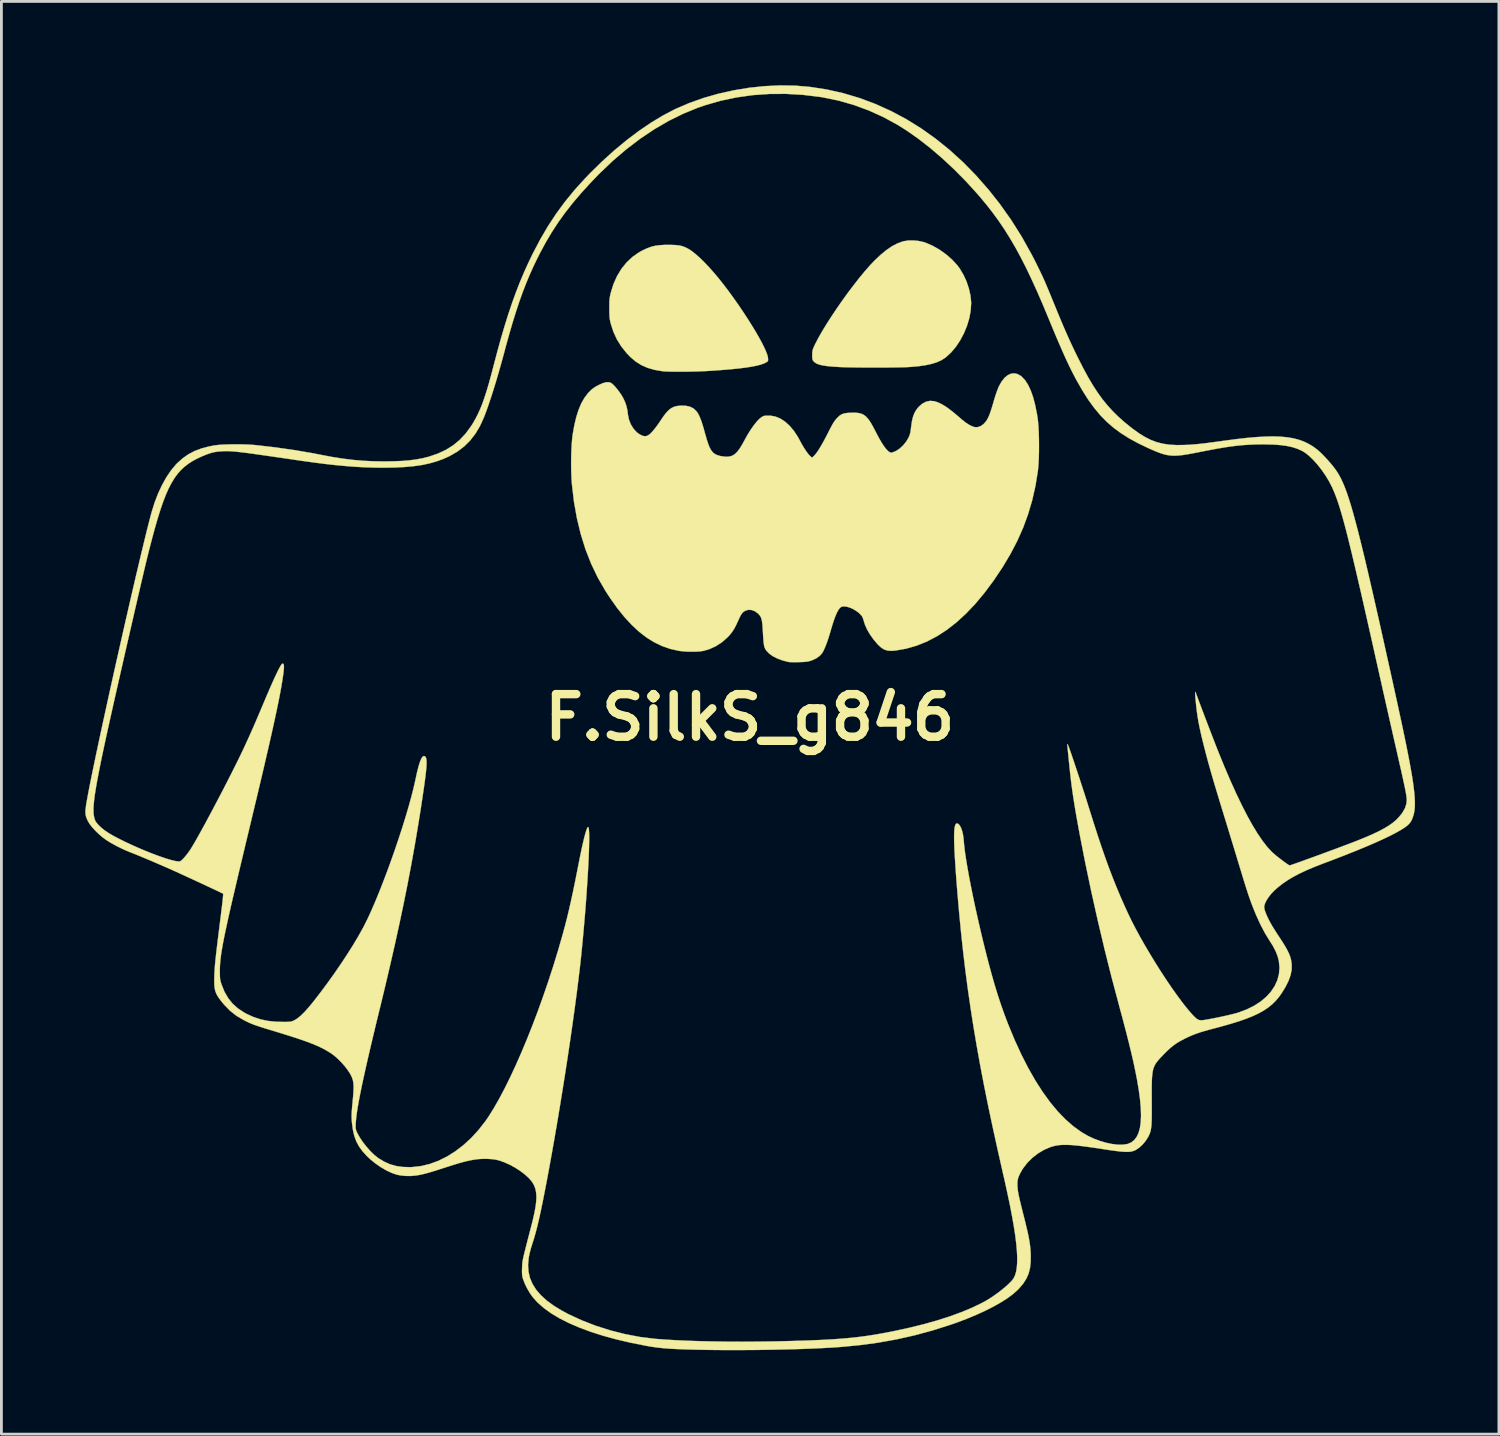
<source format=kicad_pcb>
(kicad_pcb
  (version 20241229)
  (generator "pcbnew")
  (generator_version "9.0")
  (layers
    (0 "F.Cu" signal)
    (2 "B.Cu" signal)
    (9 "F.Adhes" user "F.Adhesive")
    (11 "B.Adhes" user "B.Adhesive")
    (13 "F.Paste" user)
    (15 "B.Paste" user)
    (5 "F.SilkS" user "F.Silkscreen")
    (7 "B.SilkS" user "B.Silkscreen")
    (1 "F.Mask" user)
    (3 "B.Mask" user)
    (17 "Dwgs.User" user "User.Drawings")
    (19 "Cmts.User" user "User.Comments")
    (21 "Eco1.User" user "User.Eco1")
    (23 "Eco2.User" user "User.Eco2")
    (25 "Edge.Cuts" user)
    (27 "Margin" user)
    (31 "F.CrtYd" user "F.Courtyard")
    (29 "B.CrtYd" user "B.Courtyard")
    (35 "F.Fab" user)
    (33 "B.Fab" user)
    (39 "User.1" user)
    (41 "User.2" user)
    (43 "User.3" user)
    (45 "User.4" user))
  (footprint "F.SilkS_g846"
    (layer "F.Cu")
    (at 23.765 22.608)
    (property "Reference" "F.SilkS_g846" (at 0 0 0) (layer "F.SilkS") (effects (font (size 1.524 1.524) (thickness 0.3))))
    (attr through_hole)
    (fp_poly (pts (xy 6.041 -17.04) (xy 6.221 -17) (xy 6.289 -16.977) (xy 6.544 -16.866) (xy 6.793 -16.723) (xy 7.027 -16.555) (xy 7.24 -16.368) (xy 7.423 -16.168) (xy 7.515 -16.043) (xy 7.644 -15.825) (xy 7.753 -15.586) (xy 7.836 -15.336) (xy 7.892 -15.088) (xy 7.916 -14.849) (xy 7.916 -14.803) (xy 7.899 -14.541) (xy 7.848 -14.272) (xy 7.767 -14.003) (xy 7.659 -13.741) (xy 7.527 -13.492) (xy 7.375 -13.262) (xy 7.205 -13.059) (xy 7.021 -12.889) (xy 6.979 -12.857) (xy 6.847 -12.773) (xy 6.69 -12.703) (xy 6.506 -12.645) (xy 6.291 -12.598) (xy 6.042 -12.562) (xy 5.756 -12.536) (xy 5.692 -12.532) (xy 5.582 -12.526) (xy 5.436 -12.522) (xy 5.259 -12.519) (xy 5.059 -12.516) (xy 4.841 -12.514) (xy 4.612 -12.513) (xy 4.377 -12.513) (xy 4.143 -12.514) (xy 3.916 -12.516) (xy 3.702 -12.519) (xy 3.507 -12.522) (xy 3.338 -12.527) (xy 3.2 -12.532) (xy 3.189 -12.533) (xy 2.961 -12.547) (xy 2.772 -12.565) (xy 2.617 -12.588) (xy 2.494 -12.616) (xy 2.399 -12.651) (xy 2.328 -12.694) (xy 2.296 -12.722) (xy 2.265 -12.757) (xy 2.246 -12.791) (xy 2.237 -12.836) (xy 2.233 -12.904) (xy 2.233 -12.961) (xy 2.234 -13.04) (xy 2.24 -13.102) (xy 2.254 -13.159) (xy 2.278 -13.224) (xy 2.318 -13.31) (xy 2.335 -13.346) (xy 2.447 -13.563) (xy 2.585 -13.805) (xy 2.744 -14.067) (xy 2.92 -14.341) (xy 3.109 -14.624) (xy 3.307 -14.909) (xy 3.51 -15.19) (xy 3.715 -15.461) (xy 3.916 -15.718) (xy 4.111 -15.954) (xy 4.294 -16.163) (xy 4.455 -16.333) (xy 4.675 -16.542) (xy 4.883 -16.713) (xy 5.081 -16.849) (xy 5.273 -16.95) (xy 5.46 -17.019) (xy 5.503 -17.031) (xy 5.667 -17.057) (xy 5.852 -17.059) (xy 6.041 -17.04)) (stroke (width 0.01) (type solid)) (fill yes) (layer "F.SilkS"))
    (fp_poly (pts (xy -2.764 -16.899) (xy -2.63 -16.892) (xy -2.519 -16.879) (xy -2.423 -16.857) (xy -2.332 -16.824) (xy -2.238 -16.78) (xy -2.221 -16.771) (xy -2.098 -16.696) (xy -1.957 -16.587) (xy -1.8 -16.448) (xy -1.63 -16.283) (xy -1.451 -16.094) (xy -1.265 -15.884) (xy -1.077 -15.657) (xy -0.939 -15.483) (xy -0.758 -15.245) (xy -0.58 -15) (xy -0.406 -14.753) (xy -0.239 -14.506) (xy -0.08 -14.264) (xy 0.068 -14.029) (xy 0.205 -13.804) (xy 0.326 -13.594) (xy 0.432 -13.4) (xy 0.519 -13.226) (xy 0.585 -13.076) (xy 0.63 -12.953) (xy 0.65 -12.862) (xy 0.655 -12.795) (xy 0.651 -12.755) (xy 0.631 -12.728) (xy 0.591 -12.701) (xy 0.59 -12.701) (xy 0.504 -12.658) (xy 0.39 -12.618) (xy 0.246 -12.581) (xy 0.071 -12.546) (xy -0.137 -12.513) (xy -0.381 -12.483) (xy -0.66 -12.454) (xy -0.979 -12.427) (xy -1.337 -12.401) (xy -1.46 -12.393) (xy -1.63 -12.384) (xy -1.818 -12.376) (xy -2.017 -12.371) (xy -2.219 -12.367) (xy -2.419 -12.365) (xy -2.61 -12.365) (xy -2.784 -12.367) (xy -2.936 -12.371) (xy -3.057 -12.377) (xy -3.133 -12.384) (xy -3.41 -12.432) (xy -3.656 -12.503) (xy -3.877 -12.601) (xy -4.079 -12.727) (xy -4.267 -12.886) (xy -4.4 -13.024) (xy -4.596 -13.269) (xy -4.753 -13.521) (xy -4.877 -13.79) (xy -4.969 -14.074) (xy -4.99 -14.158) (xy -5.005 -14.233) (xy -5.015 -14.31) (xy -5.021 -14.399) (xy -5.023 -14.511) (xy -5.024 -14.626) (xy -5.024 -14.765) (xy -5.021 -14.872) (xy -5.015 -14.96) (xy -5.004 -15.038) (xy -4.988 -15.118) (xy -4.969 -15.198) (xy -4.873 -15.504) (xy -4.746 -15.787) (xy -4.59 -16.044) (xy -4.406 -16.272) (xy -4.197 -16.469) (xy -3.963 -16.633) (xy -3.821 -16.711) (xy -3.667 -16.781) (xy -3.525 -16.833) (xy -3.384 -16.868) (xy -3.231 -16.889) (xy -3.055 -16.9) (xy -2.932 -16.901) (xy -2.764 -16.899)) (stroke (width 0.01) (type solid)) (fill yes) (layer "F.SilkS"))
    (fp_poly (pts (xy 9.576 -12.281) (xy 9.693 -12.214) (xy 9.73 -12.184) (xy 9.846 -12.059) (xy 9.952 -11.897) (xy 10.046 -11.697) (xy 10.13 -11.458) (xy 10.204 -11.181) (xy 10.268 -10.863) (xy 10.291 -10.725) (xy 10.309 -10.578) (xy 10.324 -10.396) (xy 10.334 -10.189) (xy 10.341 -9.966) (xy 10.343 -9.735) (xy 10.342 -9.505) (xy 10.336 -9.283) (xy 10.326 -9.079) (xy 10.312 -8.901) (xy 10.301 -8.805) (xy 10.215 -8.277) (xy 10.1 -7.768) (xy 9.955 -7.276) (xy 9.779 -6.794) (xy 9.568 -6.319) (xy 9.322 -5.847) (xy 9.039 -5.372) (xy 8.717 -4.892) (xy 8.393 -4.457) (xy 8.065 -4.063) (xy 7.731 -3.712) (xy 7.391 -3.401) (xy 7.046 -3.132) (xy 6.694 -2.904) (xy 6.336 -2.716) (xy 5.971 -2.569) (xy 5.598 -2.461) (xy 5.218 -2.394) (xy 5.212 -2.393) (xy 5.054 -2.381) (xy 4.923 -2.392) (xy 4.81 -2.428) (xy 4.704 -2.494) (xy 4.595 -2.593) (xy 4.554 -2.637) (xy 4.415 -2.803) (xy 4.292 -2.979) (xy 4.19 -3.155) (xy 4.115 -3.325) (xy 4.077 -3.448) (xy 4.053 -3.528) (xy 4.023 -3.599) (xy 4.001 -3.635) (xy 3.914 -3.727) (xy 3.807 -3.809) (xy 3.689 -3.879) (xy 3.568 -3.932) (xy 3.452 -3.964) (xy 3.349 -3.972) (xy 3.28 -3.958) (xy 3.225 -3.919) (xy 3.17 -3.847) (xy 3.112 -3.74) (xy 3.051 -3.596) (xy 2.987 -3.414) (xy 2.918 -3.192) (xy 2.89 -3.094) (xy 2.825 -2.876) (xy 2.759 -2.681) (xy 2.695 -2.515) (xy 2.635 -2.383) (xy 2.586 -2.298) (xy 2.499 -2.201) (xy 2.378 -2.115) (xy 2.232 -2.046) (xy 2.183 -2.029) (xy 2.111 -2.009) (xy 2.033 -1.994) (xy 1.94 -1.985) (xy 1.821 -1.98) (xy 1.746 -1.978) (xy 1.634 -1.976) (xy 1.533 -1.977) (xy 1.453 -1.978) (xy 1.404 -1.981) (xy 1.397 -1.982) (xy 1.183 -2.035) (xy 0.991 -2.105) (xy 0.825 -2.19) (xy 0.689 -2.287) (xy 0.589 -2.393) (xy 0.55 -2.457) (xy 0.533 -2.494) (xy 0.519 -2.535) (xy 0.508 -2.587) (xy 0.498 -2.655) (xy 0.489 -2.744) (xy 0.481 -2.862) (xy 0.471 -3.013) (xy 0.466 -3.107) (xy 0.456 -3.268) (xy 0.443 -3.393) (xy 0.427 -3.49) (xy 0.403 -3.566) (xy 0.372 -3.627) (xy 0.33 -3.68) (xy 0.281 -3.728) (xy 0.171 -3.805) (xy 0.054 -3.845) (xy -0.062 -3.847) (xy -0.172 -3.811) (xy -0.229 -3.773) (xy -0.272 -3.731) (xy -0.314 -3.671) (xy -0.359 -3.586) (xy -0.407 -3.481) (xy -0.479 -3.324) (xy -0.544 -3.197) (xy -0.609 -3.091) (xy -0.679 -2.996) (xy -0.761 -2.902) (xy -0.794 -2.868) (xy -0.994 -2.69) (xy -1.218 -2.546) (xy -1.461 -2.437) (xy -1.651 -2.382) (xy -1.759 -2.365) (xy -1.896 -2.354) (xy -2.053 -2.351) (xy -2.216 -2.353) (xy -2.374 -2.363) (xy -2.515 -2.379) (xy -2.542 -2.383) (xy -2.842 -2.451) (xy -3.133 -2.552) (xy -3.415 -2.687) (xy -3.69 -2.857) (xy -3.959 -3.064) (xy -4.223 -3.309) (xy -4.484 -3.592) (xy -4.743 -3.914) (xy -5 -4.277) (xy -5.168 -4.536) (xy -5.437 -5.003) (xy -5.673 -5.495) (xy -5.876 -6.013) (xy -6.046 -6.557) (xy -6.184 -7.127) (xy -6.289 -7.723) (xy -6.362 -8.347) (xy -6.363 -8.361) (xy -6.378 -8.573) (xy -6.386 -8.806) (xy -6.39 -9.052) (xy -6.388 -9.301) (xy -6.381 -9.543) (xy -6.369 -9.771) (xy -6.352 -9.974) (xy -6.332 -10.132) (xy -6.273 -10.462) (xy -6.202 -10.755) (xy -6.12 -11.011) (xy -6.025 -11.234) (xy -5.915 -11.427) (xy -5.79 -11.592) (xy -5.752 -11.634) (xy -5.667 -11.718) (xy -5.586 -11.783) (xy -5.492 -11.842) (xy -5.405 -11.888) (xy -5.266 -11.951) (xy -5.151 -11.986) (xy -5.057 -11.992) (xy -4.978 -11.971) (xy -4.947 -11.954) (xy -4.889 -11.905) (xy -4.816 -11.829) (xy -4.737 -11.734) (xy -4.659 -11.631) (xy -4.589 -11.529) (xy -4.535 -11.436) (xy -4.533 -11.434) (xy -4.462 -11.281) (xy -4.412 -11.138) (xy -4.378 -10.985) (xy -4.361 -10.848) (xy -4.324 -10.659) (xy -4.256 -10.483) (xy -4.161 -10.328) (xy -4.044 -10.199) (xy -3.929 -10.117) (xy -3.828 -10.07) (xy -3.742 -10.056) (xy -3.662 -10.075) (xy -3.645 -10.084) (xy -3.574 -10.134) (xy -3.488 -10.22) (xy -3.391 -10.336) (xy -3.284 -10.479) (xy -3.19 -10.618) (xy -3.082 -10.778) (xy -2.984 -10.903) (xy -2.893 -10.997) (xy -2.802 -11.065) (xy -2.706 -11.111) (xy -2.599 -11.138) (xy -2.476 -11.15) (xy -2.474 -11.15) (xy -2.293 -11.147) (xy -2.141 -11.114) (xy -2.016 -11.052) (xy -1.913 -10.958) (xy -1.852 -10.871) (xy -1.807 -10.785) (xy -1.761 -10.676) (xy -1.713 -10.54) (xy -1.661 -10.372) (xy -1.604 -10.168) (xy -1.596 -10.142) (xy -1.54 -9.942) (xy -1.486 -9.779) (xy -1.434 -9.65) (xy -1.378 -9.55) (xy -1.316 -9.474) (xy -1.244 -9.418) (xy -1.159 -9.379) (xy -1.059 -9.351) (xy -0.977 -9.336) (xy -0.845 -9.323) (xy -0.73 -9.33) (xy -0.628 -9.36) (xy -0.535 -9.417) (xy -0.446 -9.503) (xy -0.357 -9.621) (xy -0.264 -9.775) (xy -0.202 -9.889) (xy -0.086 -10.099) (xy 0.03 -10.286) (xy 0.143 -10.448) (xy 0.25 -10.582) (xy 0.35 -10.685) (xy 0.441 -10.754) (xy 0.517 -10.786) (xy 0.58 -10.792) (xy 0.665 -10.793) (xy 0.748 -10.791) (xy 0.922 -10.759) (xy 1.094 -10.687) (xy 1.262 -10.578) (xy 1.422 -10.433) (xy 1.572 -10.256) (xy 1.709 -10.049) (xy 1.771 -9.938) (xy 1.856 -9.779) (xy 1.942 -9.635) (xy 2.023 -9.512) (xy 2.095 -9.416) (xy 2.152 -9.355) (xy 2.228 -9.289) (xy 2.3 -9.359) (xy 2.375 -9.445) (xy 2.462 -9.57) (xy 2.562 -9.735) (xy 2.675 -9.939) (xy 2.777 -10.135) (xy 2.851 -10.281) (xy 2.911 -10.395) (xy 2.959 -10.484) (xy 3 -10.552) (xy 3.038 -10.608) (xy 3.076 -10.656) (xy 3.117 -10.703) (xy 3.131 -10.717) (xy 3.205 -10.788) (xy 3.278 -10.837) (xy 3.363 -10.869) (xy 3.468 -10.888) (xy 3.604 -10.897) (xy 3.749 -10.899) (xy 3.871 -10.89) (xy 3.976 -10.867) (xy 4.067 -10.827) (xy 4.151 -10.766) (xy 4.23 -10.68) (xy 4.31 -10.566) (xy 4.395 -10.421) (xy 4.49 -10.24) (xy 4.514 -10.192) (xy 4.622 -9.988) (xy 4.723 -9.815) (xy 4.817 -9.675) (xy 4.901 -9.571) (xy 4.962 -9.514) (xy 5.013 -9.48) (xy 5.055 -9.469) (xy 5.108 -9.479) (xy 5.111 -9.48) (xy 5.237 -9.533) (xy 5.364 -9.619) (xy 5.485 -9.732) (xy 5.592 -9.863) (xy 5.674 -10) (xy 5.707 -10.074) (xy 5.731 -10.147) (xy 5.749 -10.233) (xy 5.764 -10.345) (xy 5.769 -10.387) (xy 5.797 -10.584) (xy 5.835 -10.746) (xy 5.887 -10.883) (xy 5.954 -11.001) (xy 6.038 -11.106) (xy 6.166 -11.219) (xy 6.301 -11.291) (xy 6.444 -11.322) (xy 6.593 -11.311) (xy 6.706 -11.276) (xy 6.809 -11.231) (xy 6.91 -11.177) (xy 7.016 -11.111) (xy 7.131 -11.029) (xy 7.261 -10.928) (xy 7.41 -10.804) (xy 7.567 -10.669) (xy 7.715 -10.549) (xy 7.855 -10.459) (xy 7.981 -10.4) (xy 8.05 -10.382) (xy 8.155 -10.383) (xy 8.261 -10.421) (xy 8.362 -10.494) (xy 8.452 -10.595) (xy 8.508 -10.687) (xy 8.544 -10.763) (xy 8.579 -10.848) (xy 8.615 -10.951) (xy 8.656 -11.078) (xy 8.703 -11.235) (xy 8.732 -11.336) (xy 8.771 -11.466) (xy 8.815 -11.599) (xy 8.86 -11.721) (xy 8.9 -11.82) (xy 8.915 -11.852) (xy 9.009 -12.018) (xy 9.112 -12.147) (xy 9.223 -12.239) (xy 9.338 -12.292) (xy 9.457 -12.307) (xy 9.576 -12.281)) (stroke (width 0.01) (type solid)) (fill yes) (layer "F.SilkS"))
    (fp_poly (pts (xy 1.624 -22.595) (xy 2.138 -22.552) (xy 2.742 -22.46) (xy 3.336 -22.327) (xy 3.92 -22.153) (xy 4.491 -21.94) (xy 5.051 -21.687) (xy 5.597 -21.396) (xy 6.129 -21.066) (xy 6.646 -20.698) (xy 7.148 -20.293) (xy 7.634 -19.851) (xy 8.102 -19.372) (xy 8.552 -18.858) (xy 8.943 -18.362) (xy 9.346 -17.794) (xy 9.723 -17.196) (xy 10.075 -16.565) (xy 10.191 -16.341) (xy 10.274 -16.174) (xy 10.347 -16.026) (xy 10.413 -15.889) (xy 10.475 -15.757) (xy 10.536 -15.622) (xy 10.598 -15.478) (xy 10.666 -15.318) (xy 10.742 -15.134) (xy 10.83 -14.92) (xy 10.862 -14.841) (xy 10.994 -14.518) (xy 11.114 -14.229) (xy 11.225 -13.967) (xy 11.331 -13.725) (xy 11.433 -13.497) (xy 11.535 -13.277) (xy 11.639 -13.058) (xy 11.737 -12.859) (xy 11.919 -12.501) (xy 12.093 -12.179) (xy 12.264 -11.889) (xy 12.434 -11.627) (xy 12.606 -11.387) (xy 12.785 -11.167) (xy 12.973 -10.96) (xy 13.173 -10.762) (xy 13.388 -10.57) (xy 13.437 -10.529) (xy 13.684 -10.331) (xy 13.913 -10.166) (xy 14.13 -10.031) (xy 14.342 -9.925) (xy 14.554 -9.845) (xy 14.773 -9.789) (xy 15.003 -9.755) (xy 15.253 -9.741) (xy 15.526 -9.743) (xy 15.535 -9.744) (xy 15.661 -9.749) (xy 15.783 -9.756) (xy 15.907 -9.766) (xy 16.037 -9.778) (xy 16.182 -9.793) (xy 16.345 -9.813) (xy 16.534 -9.838) (xy 16.754 -9.867) (xy 16.954 -9.895) (xy 17.377 -9.951) (xy 17.761 -9.995) (xy 18.111 -10.026) (xy 18.428 -10.044) (xy 18.715 -10.05) (xy 18.975 -10.042) (xy 19.212 -10.02) (xy 19.427 -9.985) (xy 19.623 -9.935) (xy 19.803 -9.872) (xy 19.97 -9.793) (xy 20.127 -9.7) (xy 20.276 -9.592) (xy 20.288 -9.582) (xy 20.392 -9.491) (xy 20.511 -9.375) (xy 20.635 -9.243) (xy 20.757 -9.106) (xy 20.868 -8.972) (xy 20.958 -8.851) (xy 20.958 -8.851) (xy 21.007 -8.778) (xy 21.056 -8.699) (xy 21.103 -8.615) (xy 21.151 -8.523) (xy 21.198 -8.423) (xy 21.246 -8.312) (xy 21.295 -8.19) (xy 21.345 -8.055) (xy 21.396 -7.905) (xy 21.45 -7.74) (xy 21.506 -7.558) (xy 21.564 -7.357) (xy 21.625 -7.136) (xy 21.69 -6.894) (xy 21.759 -6.63) (xy 21.831 -6.341) (xy 21.909 -6.027) (xy 21.991 -5.687) (xy 22.078 -5.318) (xy 22.171 -4.919) (xy 22.27 -4.49) (xy 22.375 -4.028) (xy 22.487 -3.533) (xy 22.606 -3.002) (xy 22.732 -2.435) (xy 22.866 -1.831) (xy 23.009 -1.186) (xy 23.093 -0.804) (xy 23.199 -0.318) (xy 23.296 0.13) (xy 23.383 0.54) (xy 23.461 0.916) (xy 23.529 1.257) (xy 23.589 1.567) (xy 23.64 1.848) (xy 23.684 2.101) (xy 23.719 2.328) (xy 23.746 2.531) (xy 23.766 2.713) (xy 23.779 2.874) (xy 23.785 3.018) (xy 23.785 3.145) (xy 23.779 3.258) (xy 23.766 3.359) (xy 23.748 3.449) (xy 23.734 3.499) (xy 23.69 3.63) (xy 23.639 3.73) (xy 23.572 3.814) (xy 23.482 3.893) (xy 23.437 3.926) (xy 23.295 4.018) (xy 23.113 4.121) (xy 22.893 4.235) (xy 22.635 4.358) (xy 22.341 4.491) (xy 22.011 4.632) (xy 21.647 4.782) (xy 21.249 4.94) (xy 20.819 5.106) (xy 20.542 5.21) (xy 20.217 5.336) (xy 19.928 5.457) (xy 19.673 5.576) (xy 19.444 5.696) (xy 19.24 5.818) (xy 19.053 5.946) (xy 18.881 6.082) (xy 18.759 6.19) (xy 18.657 6.295) (xy 18.564 6.412) (xy 18.485 6.531) (xy 18.43 6.641) (xy 18.412 6.694) (xy 18.398 6.759) (xy 18.398 6.814) (xy 18.413 6.882) (xy 18.423 6.915) (xy 18.483 7.073) (xy 18.571 7.257) (xy 18.689 7.468) (xy 18.838 7.706) (xy 18.916 7.824) (xy 19.04 8.013) (xy 19.14 8.175) (xy 19.219 8.315) (xy 19.28 8.438) (xy 19.324 8.55) (xy 19.354 8.657) (xy 19.373 8.763) (xy 19.381 8.846) (xy 19.378 9.026) (xy 19.34 9.216) (xy 19.268 9.418) (xy 19.159 9.636) (xy 19.019 9.864) (xy 18.914 10.01) (xy 18.8 10.143) (xy 18.674 10.266) (xy 18.533 10.379) (xy 18.374 10.485) (xy 18.194 10.585) (xy 17.989 10.681) (xy 17.756 10.774) (xy 17.493 10.866) (xy 17.195 10.958) (xy 16.861 11.053) (xy 16.637 11.113) (xy 16.429 11.168) (xy 16.254 11.217) (xy 16.106 11.262) (xy 15.976 11.306) (xy 15.857 11.351) (xy 15.742 11.4) (xy 15.624 11.455) (xy 15.568 11.482) (xy 15.412 11.563) (xy 15.279 11.641) (xy 15.159 11.724) (xy 15.041 11.82) (xy 14.917 11.935) (xy 14.784 12.069) (xy 14.696 12.161) (xy 14.621 12.243) (xy 14.558 12.32) (xy 14.507 12.394) (xy 14.466 12.472) (xy 14.434 12.557) (xy 14.411 12.653) (xy 14.394 12.766) (xy 14.383 12.9) (xy 14.377 13.058) (xy 14.374 13.246) (xy 14.374 13.468) (xy 14.375 13.703) (xy 14.376 13.944) (xy 14.376 14.146) (xy 14.375 14.315) (xy 14.371 14.456) (xy 14.365 14.571) (xy 14.355 14.667) (xy 14.342 14.747) (xy 14.326 14.816) (xy 14.305 14.878) (xy 14.279 14.938) (xy 14.248 15) (xy 14.241 15.012) (xy 14.156 15.146) (xy 14.05 15.272) (xy 13.932 15.381) (xy 13.814 15.462) (xy 13.796 15.472) (xy 13.734 15.499) (xy 13.668 15.519) (xy 13.594 15.532) (xy 13.506 15.537) (xy 13.4 15.535) (xy 13.271 15.525) (xy 13.116 15.507) (xy 12.929 15.482) (xy 12.706 15.449) (xy 12.663 15.442) (xy 12.363 15.396) (xy 12.1 15.359) (xy 11.872 15.329) (xy 11.673 15.307) (xy 11.5 15.292) (xy 11.349 15.285) (xy 11.217 15.285) (xy 11.099 15.291) (xy 10.991 15.305) (xy 10.89 15.326) (xy 10.791 15.353) (xy 10.747 15.367) (xy 10.526 15.461) (xy 10.31 15.59) (xy 10.107 15.747) (xy 9.927 15.926) (xy 9.777 16.119) (xy 9.737 16.184) (xy 9.665 16.311) (xy 9.616 16.417) (xy 9.586 16.512) (xy 9.572 16.609) (xy 9.571 16.721) (xy 9.574 16.782) (xy 9.578 16.838) (xy 9.584 16.894) (xy 9.592 16.954) (xy 9.603 17.021) (xy 9.619 17.101) (xy 9.641 17.198) (xy 9.668 17.316) (xy 9.703 17.459) (xy 9.746 17.632) (xy 9.798 17.84) (xy 9.829 17.96) (xy 9.887 18.197) (xy 9.935 18.4) (xy 9.972 18.576) (xy 10 18.733) (xy 10.021 18.876) (xy 10.036 19.014) (xy 10.045 19.153) (xy 10.048 19.219) (xy 10.046 19.469) (xy 10.022 19.689) (xy 9.972 19.886) (xy 9.893 20.067) (xy 9.783 20.24) (xy 9.639 20.412) (xy 9.572 20.481) (xy 9.413 20.623) (xy 9.215 20.769) (xy 8.982 20.917) (xy 8.717 21.067) (xy 8.424 21.216) (xy 8.105 21.362) (xy 7.765 21.504) (xy 7.406 21.64) (xy 7.181 21.718) (xy 6.534 21.923) (xy 5.893 22.097) (xy 5.248 22.242) (xy 4.592 22.359) (xy 3.916 22.45) (xy 3.302 22.509) (xy 3.007 22.531) (xy 2.675 22.55) (xy 2.311 22.567) (xy 1.921 22.583) (xy 1.508 22.596) (xy 1.079 22.606) (xy 0.639 22.615) (xy 0.192 22.621) (xy -0.255 22.624) (xy -0.699 22.625) (xy -1.133 22.623) (xy -1.553 22.618) (xy -1.953 22.61) (xy -2.189 22.604) (xy -2.456 22.595) (xy -2.688 22.585) (xy -2.892 22.573) (xy -3.076 22.559) (xy -3.246 22.541) (xy -3.411 22.52) (xy -3.577 22.495) (xy -3.732 22.467) (xy -4.267 22.361) (xy -4.773 22.242) (xy -5.247 22.112) (xy -5.688 21.971) (xy -6.096 21.82) (xy -6.469 21.659) (xy -6.806 21.488) (xy -7.106 21.309) (xy -7.367 21.121) (xy -7.589 20.925) (xy -7.761 20.734) (xy -7.863 20.589) (xy -7.961 20.424) (xy -8.044 20.253) (xy -8.107 20.092) (xy -8.118 20.057) (xy -8.135 19.987) (xy -8.144 19.914) (xy -8.147 19.825) (xy -8.145 19.709) (xy -8.144 19.676) (xy -8.141 19.622) (xy -8.139 19.575) (xy -8.136 19.53) (xy -8.131 19.485) (xy -8.124 19.435) (xy -8.113 19.378) (xy -8.098 19.308) (xy -8.078 19.222) (xy -8.053 19.117) (xy -8.02 18.989) (xy -7.981 18.834) (xy -7.933 18.648) (xy -7.876 18.428) (xy -7.823 18.224) (xy -7.754 17.951) (xy -7.701 17.712) (xy -7.663 17.505) (xy -7.64 17.325) (xy -7.631 17.168) (xy -7.637 17.029) (xy -7.656 16.906) (xy -7.69 16.793) (xy -7.727 16.707) (xy -7.803 16.587) (xy -7.914 16.463) (xy -8.053 16.337) (xy -8.215 16.215) (xy -8.392 16.101) (xy -8.578 15.999) (xy -8.768 15.913) (xy -8.953 15.847) (xy -9.065 15.819) (xy -9.154 15.804) (xy -9.268 15.793) (xy -9.387 15.786) (xy -9.451 15.785) (xy -9.584 15.787) (xy -9.716 15.796) (xy -9.85 15.813) (xy -9.994 15.839) (xy -10.152 15.874) (xy -10.33 15.921) (xy -10.532 15.981) (xy -10.765 16.054) (xy -10.933 16.108) (xy -11.142 16.176) (xy -11.317 16.231) (xy -11.465 16.275) (xy -11.592 16.31) (xy -11.704 16.338) (xy -11.807 16.36) (xy -11.907 16.377) (xy -11.957 16.384) (xy -12.133 16.399) (xy -12.321 16.396) (xy -12.502 16.377) (xy -12.626 16.351) (xy -12.808 16.289) (xy -13.004 16.196) (xy -13.205 16.078) (xy -13.401 15.941) (xy -13.585 15.79) (xy -13.695 15.686) (xy -13.852 15.512) (xy -13.977 15.339) (xy -14.074 15.158) (xy -14.146 14.96) (xy -14.196 14.739) (xy -14.229 14.489) (xy -14.236 14.4) (xy -14.24 14.319) (xy -14.241 14.237) (xy -14.238 14.147) (xy -14.231 14.04) (xy -14.22 13.907) (xy -14.204 13.741) (xy -14.204 13.74) (xy -14.186 13.546) (xy -14.175 13.389) (xy -14.169 13.261) (xy -14.17 13.155) (xy -14.178 13.067) (xy -14.192 12.989) (xy -14.213 12.916) (xy -14.226 12.879) (xy -14.285 12.756) (xy -14.374 12.618) (xy -14.484 12.474) (xy -14.61 12.331) (xy -14.745 12.197) (xy -14.881 12.08) (xy -14.974 12.013) (xy -15.089 11.941) (xy -15.208 11.872) (xy -15.337 11.806) (xy -15.479 11.74) (xy -15.638 11.674) (xy -15.817 11.605) (xy -16.02 11.533) (xy -16.252 11.455) (xy -16.515 11.371) (xy -16.813 11.278) (xy -16.976 11.229) (xy -17.184 11.166) (xy -17.358 11.113) (xy -17.502 11.067) (xy -17.622 11.027) (xy -17.723 10.992) (xy -17.811 10.958) (xy -17.891 10.924) (xy -17.969 10.888) (xy -18.05 10.848) (xy -18.101 10.821) (xy -18.361 10.668) (xy -18.591 10.487) (xy -18.799 10.272) (xy -18.826 10.241) (xy -18.93 10.112) (xy -19.01 10.002) (xy -19.069 9.901) (xy -19.111 9.8) (xy -19.137 9.691) (xy -19.15 9.567) (xy -19.153 9.417) (xy -19.149 9.234) (xy -19.149 9.229) (xy -19.145 9.141) (xy -19.141 9.051) (xy -19.134 8.955) (xy -19.126 8.849) (xy -19.115 8.731) (xy -19.101 8.596) (xy -19.084 8.441) (xy -19.063 8.264) (xy -19.039 8.06) (xy -19.01 7.826) (xy -18.977 7.559) (xy -18.939 7.255) (xy -18.914 7.059) (xy -18.893 6.887) (xy -18.874 6.728) (xy -18.858 6.587) (xy -18.846 6.47) (xy -18.837 6.381) (xy -18.834 6.324) (xy -18.835 6.305) (xy -18.857 6.293) (xy -18.914 6.265) (xy -19.001 6.223) (xy -19.113 6.17) (xy -19.246 6.107) (xy -19.396 6.037) (xy -19.558 5.961) (xy -19.728 5.882) (xy -19.901 5.802) (xy -20.073 5.723) (xy -20.24 5.646) (xy -20.397 5.574) (xy -20.541 5.508) (xy -20.563 5.498) (xy -20.757 5.411) (xy -20.968 5.319) (xy -21.187 5.224) (xy -21.407 5.129) (xy -21.621 5.039) (xy -21.821 4.956) (xy -21.999 4.883) (xy -22.147 4.825) (xy -22.168 4.817) (xy -22.391 4.723) (xy -22.623 4.61) (xy -22.844 4.489) (xy -23.003 4.391) (xy -23.14 4.291) (xy -23.278 4.174) (xy -23.408 4.048) (xy -23.523 3.921) (xy -23.615 3.801) (xy -23.669 3.711) (xy -23.711 3.62) (xy -23.74 3.538) (xy -23.756 3.456) (xy -23.76 3.366) (xy -23.756 3.314) (xy -23.473 3.314) (xy -23.471 3.396) (xy -23.465 3.469) (xy -23.455 3.534) (xy -23.442 3.593) (xy -23.438 3.608) (xy -23.417 3.673) (xy -23.39 3.728) (xy -23.349 3.783) (xy -23.288 3.85) (xy -23.253 3.885) (xy -23.163 3.967) (xy -23.059 4.048) (xy -22.936 4.131) (xy -22.789 4.218) (xy -22.613 4.312) (xy -22.403 4.417) (xy -22.347 4.445) (xy -22.119 4.552) (xy -21.889 4.655) (xy -21.662 4.752) (xy -21.441 4.841) (xy -21.231 4.922) (xy -21.034 4.992) (xy -20.855 5.052) (xy -20.697 5.098) (xy -20.564 5.131) (xy -20.461 5.148) (xy -20.391 5.148) (xy -20.374 5.144) (xy -20.326 5.113) (xy -20.262 5.051) (xy -20.185 4.964) (xy -20.102 4.859) (xy -20.031 4.76) (xy -19.975 4.674) (xy -19.903 4.554) (xy -19.815 4.404) (xy -19.715 4.226) (xy -19.604 4.025) (xy -19.483 3.805) (xy -19.356 3.568) (xy -19.223 3.32) (xy -19.087 3.062) (xy -18.949 2.799) (xy -18.812 2.536) (xy -18.678 2.274) (xy -18.547 2.018) (xy -18.424 1.772) (xy -18.308 1.54) (xy -18.203 1.324) (xy -18.11 1.129) (xy -18.097 1.101) (xy -18.011 0.915) (xy -17.929 0.736) (xy -17.849 0.558) (xy -17.767 0.373) (xy -17.681 0.175) (xy -17.587 -0.045) (xy -17.482 -0.292) (xy -17.41 -0.462) (xy -17.278 -0.775) (xy -17.16 -1.049) (xy -17.056 -1.284) (xy -16.966 -1.482) (xy -16.889 -1.642) (xy -16.826 -1.766) (xy -16.776 -1.855) (xy -16.738 -1.908) (xy -16.713 -1.926) (xy -16.712 -1.926) (xy -16.686 -1.919) (xy -16.669 -1.893) (xy -16.661 -1.845) (xy -16.661 -1.77) (xy -16.67 -1.665) (xy -16.688 -1.524) (xy -16.702 -1.429) (xy -16.725 -1.277) (xy -16.753 -1.11) (xy -16.786 -0.927) (xy -16.824 -0.725) (xy -16.869 -0.503) (xy -16.919 -0.26) (xy -16.976 0.007) (xy -17.04 0.299) (xy -17.111 0.619) (xy -17.19 0.966) (xy -17.277 1.345) (xy -17.372 1.755) (xy -17.476 2.199) (xy -17.59 2.679) (xy -17.713 3.195) (xy -17.846 3.751) (xy -17.875 3.873) (xy -18 4.392) (xy -18.114 4.872) (xy -18.22 5.314) (xy -18.316 5.72) (xy -18.403 6.093) (xy -18.483 6.434) (xy -18.555 6.744) (xy -18.619 7.027) (xy -18.676 7.283) (xy -18.726 7.515) (xy -18.771 7.725) (xy -18.809 7.913) (xy -18.842 8.083) (xy -18.869 8.235) (xy -18.892 8.373) (xy -18.911 8.497) (xy -18.925 8.609) (xy -18.936 8.712) (xy -18.944 8.807) (xy -18.949 8.896) (xy -18.952 8.981) (xy -18.952 9.038) (xy -18.952 9.167) (xy -18.95 9.263) (xy -18.945 9.338) (xy -18.935 9.401) (xy -18.92 9.463) (xy -18.898 9.533) (xy -18.893 9.546) (xy -18.789 9.806) (xy -18.657 10.035) (xy -18.498 10.234) (xy -18.307 10.406) (xy -18.082 10.554) (xy -17.995 10.602) (xy -17.747 10.714) (xy -17.498 10.797) (xy -17.238 10.852) (xy -16.958 10.881) (xy -16.743 10.888) (xy -16.617 10.889) (xy -16.525 10.887) (xy -16.457 10.883) (xy -16.406 10.876) (xy -16.362 10.863) (xy -16.317 10.844) (xy -16.291 10.832) (xy -16.183 10.767) (xy -16.059 10.666) (xy -15.919 10.528) (xy -15.763 10.352) (xy -15.622 10.181) (xy -15.366 9.851) (xy -15.112 9.51) (xy -14.863 9.163) (xy -14.624 8.815) (xy -14.398 8.473) (xy -14.19 8.143) (xy -14.002 7.829) (xy -13.84 7.538) (xy -13.799 7.461) (xy -13.674 7.211) (xy -13.542 6.925) (xy -13.404 6.607) (xy -13.262 6.264) (xy -13.119 5.899) (xy -12.974 5.519) (xy -12.832 5.129) (xy -12.692 4.732) (xy -12.558 4.336) (xy -12.43 3.944) (xy -12.311 3.562) (xy -12.203 3.195) (xy -12.107 2.848) (xy -12.025 2.526) (xy -11.958 2.234) (xy -11.949 2.188) (xy -11.898 1.953) (xy -11.849 1.759) (xy -11.802 1.606) (xy -11.757 1.493) (xy -11.714 1.419) (xy -11.671 1.383) (xy -11.634 1.382) (xy -11.605 1.402) (xy -11.582 1.437) (xy -11.568 1.491) (xy -11.56 1.566) (xy -11.56 1.666) (xy -11.567 1.793) (xy -11.582 1.951) (xy -11.605 2.142) (xy -11.635 2.37) (xy -11.662 2.562) (xy -11.764 3.245) (xy -11.873 3.924) (xy -11.988 4.603) (xy -12.111 5.287) (xy -12.243 5.979) (xy -12.385 6.685) (xy -12.538 7.409) (xy -12.702 8.155) (xy -12.879 8.929) (xy -13.069 9.735) (xy -13.218 10.351) (xy -13.345 10.87) (xy -13.46 11.35) (xy -13.565 11.792) (xy -13.659 12.197) (xy -13.743 12.567) (xy -13.817 12.903) (xy -13.882 13.207) (xy -13.937 13.48) (xy -13.984 13.723) (xy -14.022 13.938) (xy -14.051 14.126) (xy -14.073 14.289) (xy -14.086 14.427) (xy -14.091 14.49) (xy -14.096 14.593) (xy -14.096 14.666) (xy -14.091 14.721) (xy -14.078 14.768) (xy -14.057 14.821) (xy -14.037 14.862) (xy -13.951 15.018) (xy -13.84 15.184) (xy -13.711 15.349) (xy -13.574 15.504) (xy -13.434 15.641) (xy -13.302 15.748) (xy -13.282 15.762) (xy -13.073 15.888) (xy -12.863 15.981) (xy -12.645 16.043) (xy -12.41 16.076) (xy -12.151 16.083) (xy -12.08 16.081) (xy -11.765 16.046) (xy -11.451 15.971) (xy -11.138 15.857) (xy -10.831 15.705) (xy -10.532 15.517) (xy -10.242 15.295) (xy -9.964 15.04) (xy -9.702 14.754) (xy -9.456 14.439) (xy -9.349 14.284) (xy -9.162 13.987) (xy -8.97 13.651) (xy -8.773 13.28) (xy -8.574 12.877) (xy -8.372 12.445) (xy -8.171 11.988) (xy -7.97 11.508) (xy -7.772 11.01) (xy -7.577 10.496) (xy -7.388 9.969) (xy -7.204 9.434) (xy -7.028 8.892) (xy -6.861 8.348) (xy -6.704 7.805) (xy -6.605 7.442) (xy -6.54 7.187) (xy -6.47 6.896) (xy -6.397 6.575) (xy -6.322 6.229) (xy -6.247 5.866) (xy -6.172 5.489) (xy -6.148 5.366) (xy -6.088 5.061) (xy -6.033 4.79) (xy -5.981 4.554) (xy -5.934 4.352) (xy -5.892 4.188) (xy -5.854 4.061) (xy -5.822 3.973) (xy -5.796 3.925) (xy -5.781 3.916) (xy -5.766 3.936) (xy -5.755 3.997) (xy -5.748 4.094) (xy -5.744 4.226) (xy -5.744 4.39) (xy -5.748 4.583) (xy -5.754 4.803) (xy -5.764 5.048) (xy -5.777 5.315) (xy -5.793 5.601) (xy -5.812 5.904) (xy -5.833 6.221) (xy -5.856 6.55) (xy -5.882 6.888) (xy -5.911 7.233) (xy -5.941 7.582) (xy -5.973 7.933) (xy -6.007 8.283) (xy -6.033 8.541) (xy -6.079 8.961) (xy -6.134 9.417) (xy -6.196 9.906) (xy -6.265 10.423) (xy -6.34 10.963) (xy -6.42 11.521) (xy -6.505 12.094) (xy -6.594 12.675) (xy -6.687 13.262) (xy -6.782 13.849) (xy -6.879 14.432) (xy -6.977 15.005) (xy -7.076 15.566) (xy -7.174 16.108) (xy -7.271 16.628) (xy -7.367 17.121) (xy -7.409 17.334) (xy -7.476 17.657) (xy -7.539 17.943) (xy -7.599 18.197) (xy -7.658 18.423) (xy -7.716 18.628) (xy -7.776 18.815) (xy -7.778 18.821) (xy -7.826 18.976) (xy -7.868 19.135) (xy -7.899 19.28) (xy -7.909 19.34) (xy -7.93 19.587) (xy -7.914 19.821) (xy -7.862 20.045) (xy -7.772 20.258) (xy -7.644 20.462) (xy -7.477 20.658) (xy -7.271 20.847) (xy -7.025 21.029) (xy -6.737 21.206) (xy -6.498 21.335) (xy -6.02 21.557) (xy -5.516 21.753) (xy -4.994 21.919) (xy -4.462 22.054) (xy -3.929 22.156) (xy -3.403 22.221) (xy -3.376 22.224) (xy -3.023 22.25) (xy -2.631 22.273) (xy -2.208 22.292) (xy -1.756 22.307) (xy -1.28 22.317) (xy -0.786 22.324) (xy -0.279 22.326) (xy 0.239 22.323) (xy 0.761 22.317) (xy 1.101 22.31) (xy 1.533 22.299) (xy 1.928 22.287) (xy 2.288 22.274) (xy 2.618 22.259) (xy 2.923 22.242) (xy 3.206 22.223) (xy 3.472 22.201) (xy 3.725 22.176) (xy 3.969 22.147) (xy 4.207 22.115) (xy 4.445 22.078) (xy 4.687 22.036) (xy 4.936 21.99) (xy 5.149 21.948) (xy 5.697 21.829) (xy 6.216 21.701) (xy 6.705 21.564) (xy 7.16 21.418) (xy 7.58 21.264) (xy 7.963 21.104) (xy 8.307 20.936) (xy 8.448 20.86) (xy 8.593 20.772) (xy 8.745 20.67) (xy 8.897 20.56) (xy 9.042 20.446) (xy 9.175 20.334) (xy 9.289 20.228) (xy 9.378 20.134) (xy 9.431 20.064) (xy 9.482 19.962) (xy 9.521 19.836) (xy 9.548 19.685) (xy 9.562 19.507) (xy 9.564 19.303) (xy 9.552 19.069) (xy 9.528 18.805) (xy 9.491 18.509) (xy 9.44 18.181) (xy 9.376 17.818) (xy 9.299 17.42) (xy 9.207 16.985) (xy 9.103 16.511) (xy 9.056 16.309) (xy 8.867 15.473) (xy 8.691 14.672) (xy 8.528 13.903) (xy 8.378 13.16) (xy 8.24 12.439) (xy 8.114 11.737) (xy 7.998 11.048) (xy 7.892 10.369) (xy 7.795 9.694) (xy 7.706 9.02) (xy 7.626 8.343) (xy 7.552 7.657) (xy 7.485 6.96) (xy 7.423 6.245) (xy 7.399 5.937) (xy 7.371 5.57) (xy 7.349 5.242) (xy 7.331 4.953) (xy 7.318 4.701) (xy 7.31 4.484) (xy 7.307 4.3) (xy 7.309 4.147) (xy 7.315 4.024) (xy 7.327 3.929) (xy 7.344 3.86) (xy 7.365 3.815) (xy 7.392 3.792) (xy 7.41 3.789) (xy 7.462 3.809) (xy 7.512 3.866) (xy 7.558 3.955) (xy 7.597 4.07) (xy 7.628 4.207) (xy 7.648 4.358) (xy 7.651 4.403) (xy 7.668 4.588) (xy 7.695 4.811) (xy 7.733 5.068) (xy 7.781 5.356) (xy 7.837 5.67) (xy 7.902 6.008) (xy 7.974 6.367) (xy 8.053 6.742) (xy 8.139 7.131) (xy 8.23 7.53) (xy 8.326 7.935) (xy 8.415 8.297) (xy 8.532 8.756) (xy 8.646 9.178) (xy 8.758 9.57) (xy 8.871 9.937) (xy 8.986 10.285) (xy 9.105 10.62) (xy 9.229 10.948) (xy 9.243 10.983) (xy 9.473 11.537) (xy 9.711 12.055) (xy 9.957 12.537) (xy 10.21 12.981) (xy 10.47 13.387) (xy 10.736 13.755) (xy 11.008 14.083) (xy 11.286 14.371) (xy 11.568 14.619) (xy 11.855 14.826) (xy 12.089 14.963) (xy 12.3 15.062) (xy 12.518 15.144) (xy 12.736 15.209) (xy 12.949 15.254) (xy 13.149 15.278) (xy 13.33 15.28) (xy 13.486 15.259) (xy 13.519 15.251) (xy 13.643 15.197) (xy 13.749 15.114) (xy 13.836 15.001) (xy 13.903 14.858) (xy 13.952 14.684) (xy 13.981 14.478) (xy 13.992 14.238) (xy 13.983 13.965) (xy 13.956 13.658) (xy 13.91 13.315) (xy 13.846 12.937) (xy 13.763 12.521) (xy 13.724 12.34) (xy 13.646 12.001) (xy 13.556 11.63) (xy 13.453 11.224) (xy 13.337 10.782) (xy 13.207 10.301) (xy 13.201 10.276) (xy 12.939 9.292) (xy 12.685 8.278) (xy 12.441 7.245) (xy 12.209 6.207) (xy 11.993 5.175) (xy 11.813 4.255) (xy 11.741 3.868) (xy 11.678 3.516) (xy 11.623 3.193) (xy 11.575 2.892) (xy 11.533 2.606) (xy 11.496 2.331) (xy 11.464 2.059) (xy 11.434 1.783) (xy 11.42 1.64) (xy 11.405 1.489) (xy 11.391 1.347) (xy 11.379 1.223) (xy 11.369 1.123) (xy 11.361 1.053) (xy 11.358 1.021) (xy 11.356 0.975) (xy 11.364 0.953) (xy 11.365 0.953) (xy 11.376 0.972) (xy 11.398 1.028) (xy 11.43 1.117) (xy 11.472 1.234) (xy 11.521 1.377) (xy 11.577 1.54) (xy 11.637 1.721) (xy 11.702 1.915) (xy 11.77 2.119) (xy 11.838 2.329) (xy 11.907 2.54) (xy 11.975 2.75) (xy 12.04 2.953) (xy 12.101 3.148) (xy 12.149 3.302) (xy 12.301 3.784) (xy 12.445 4.23) (xy 12.583 4.644) (xy 12.718 5.031) (xy 12.851 5.397) (xy 12.985 5.746) (xy 13.12 6.083) (xy 13.258 6.412) (xy 13.403 6.739) (xy 13.525 7.006) (xy 13.654 7.274) (xy 13.802 7.56) (xy 13.964 7.859) (xy 14.139 8.167) (xy 14.324 8.479) (xy 14.514 8.79) (xy 14.708 9.097) (xy 14.903 9.394) (xy 15.095 9.677) (xy 15.283 9.942) (xy 15.462 10.183) (xy 15.63 10.397) (xy 15.785 10.579) (xy 15.837 10.637) (xy 15.922 10.724) (xy 15.991 10.783) (xy 16.053 10.817) (xy 16.12 10.83) (xy 16.2 10.827) (xy 16.272 10.817) (xy 16.425 10.791) (xy 16.596 10.759) (xy 16.776 10.722) (xy 16.957 10.683) (xy 17.129 10.644) (xy 17.284 10.606) (xy 17.413 10.572) (xy 17.486 10.55) (xy 17.777 10.44) (xy 18.04 10.309) (xy 18.272 10.158) (xy 18.472 9.99) (xy 18.639 9.806) (xy 18.771 9.608) (xy 18.867 9.398) (xy 18.925 9.178) (xy 18.944 8.95) (xy 18.922 8.715) (xy 18.921 8.709) (xy 18.877 8.538) (xy 18.806 8.359) (xy 18.706 8.168) (xy 18.592 7.987) (xy 18.425 7.715) (xy 18.265 7.411) (xy 18.109 7.071) (xy 18.017 6.847) (xy 17.976 6.742) (xy 17.937 6.641) (xy 17.9 6.539) (xy 17.862 6.431) (xy 17.822 6.313) (xy 17.779 6.181) (xy 17.731 6.03) (xy 17.676 5.855) (xy 17.614 5.653) (xy 17.543 5.418) (xy 17.472 5.186) (xy 17.41 4.981) (xy 17.339 4.746) (xy 17.261 4.49) (xy 17.179 4.223) (xy 17.098 3.956) (xy 17.019 3.698) (xy 16.945 3.458) (xy 16.93 3.408) (xy 16.821 3.054) (xy 16.725 2.736) (xy 16.638 2.448) (xy 16.561 2.187) (xy 16.492 1.948) (xy 16.429 1.725) (xy 16.371 1.515) (xy 16.317 1.313) (xy 16.266 1.114) (xy 16.235 0.993) (xy 16.173 0.742) (xy 16.122 0.524) (xy 16.08 0.329) (xy 16.045 0.15) (xy 16.016 -0.021) (xy 15.991 -0.194) (xy 15.969 -0.375) (xy 15.959 -0.473) (xy 15.942 -0.641) (xy 15.932 -0.767) (xy 15.927 -0.854) (xy 15.928 -0.902) (xy 15.935 -0.913) (xy 15.948 -0.887) (xy 15.948 -0.887) (xy 15.991 -0.769) (xy 16.047 -0.619) (xy 16.114 -0.442) (xy 16.188 -0.245) (xy 16.268 -0.035) (xy 16.35 0.181) (xy 16.433 0.397) (xy 16.514 0.607) (xy 16.59 0.804) (xy 16.659 0.982) (xy 16.718 1.133) (xy 16.764 1.249) (xy 16.984 1.786) (xy 17.197 2.282) (xy 17.403 2.737) (xy 17.602 3.15) (xy 17.794 3.524) (xy 17.979 3.857) (xy 18.158 4.151) (xy 18.331 4.405) (xy 18.497 4.62) (xy 18.657 4.796) (xy 18.799 4.923) (xy 18.928 5.025) (xy 19.045 5.114) (xy 19.145 5.189) (xy 19.226 5.245) (xy 19.281 5.28) (xy 19.307 5.292) (xy 19.334 5.284) (xy 19.396 5.264) (xy 19.489 5.232) (xy 19.61 5.189) (xy 19.754 5.138) (xy 19.916 5.079) (xy 20.093 5.015) (xy 20.28 4.947) (xy 20.474 4.876) (xy 20.67 4.803) (xy 20.864 4.732) (xy 21.052 4.662) (xy 21.229 4.595) (xy 21.392 4.534) (xy 21.537 4.479) (xy 21.658 4.432) (xy 21.717 4.409) (xy 22.011 4.29) (xy 22.267 4.179) (xy 22.489 4.074) (xy 22.681 3.972) (xy 22.846 3.873) (xy 22.988 3.773) (xy 23.111 3.67) (xy 23.217 3.561) (xy 23.311 3.446) (xy 23.345 3.398) (xy 23.435 3.238) (xy 23.485 3.075) (xy 23.495 2.962) (xy 23.494 2.92) (xy 23.49 2.872) (xy 23.483 2.814) (xy 23.472 2.744) (xy 23.457 2.657) (xy 23.436 2.552) (xy 23.41 2.425) (xy 23.378 2.274) (xy 23.338 2.094) (xy 23.291 1.883) (xy 23.235 1.639) (xy 23.171 1.357) (xy 23.147 1.249) (xy 23.09 0.999) (xy 23.025 0.717) (xy 22.956 0.409) (xy 22.882 0.085) (xy 22.807 -0.248) (xy 22.732 -0.582) (xy 22.658 -0.908) (xy 22.589 -1.218) (xy 22.532 -1.471) (xy 22.397 -2.074) (xy 22.271 -2.638) (xy 22.153 -3.163) (xy 22.043 -3.651) (xy 21.94 -4.105) (xy 21.844 -4.525) (xy 21.754 -4.913) (xy 21.671 -5.271) (xy 21.593 -5.601) (xy 21.521 -5.903) (xy 21.453 -6.18) (xy 21.391 -6.434) (xy 21.332 -6.665) (xy 21.277 -6.875) (xy 21.225 -7.066) (xy 21.176 -7.24) (xy 21.13 -7.397) (xy 21.086 -7.541) (xy 21.044 -7.672) (xy 21.003 -7.792) (xy 20.962 -7.902) (xy 20.923 -8.004) (xy 20.883 -8.1) (xy 20.843 -8.191) (xy 20.816 -8.25) (xy 20.711 -8.454) (xy 20.588 -8.657) (xy 20.452 -8.853) (xy 20.307 -9.038) (xy 20.157 -9.205) (xy 20.009 -9.349) (xy 19.865 -9.464) (xy 19.742 -9.539) (xy 19.583 -9.609) (xy 19.409 -9.665) (xy 19.215 -9.708) (xy 18.996 -9.739) (xy 18.748 -9.758) (xy 18.466 -9.766) (xy 18.33 -9.767) (xy 18.099 -9.764) (xy 17.877 -9.755) (xy 17.659 -9.741) (xy 17.438 -9.72) (xy 17.208 -9.692) (xy 16.962 -9.655) (xy 16.693 -9.609) (xy 16.395 -9.553) (xy 16.129 -9.501) (xy 15.881 -9.452) (xy 15.667 -9.413) (xy 15.483 -9.384) (xy 15.322 -9.367) (xy 15.179 -9.361) (xy 15.046 -9.368) (xy 14.918 -9.386) (xy 14.79 -9.418) (xy 14.654 -9.462) (xy 14.506 -9.521) (xy 14.338 -9.593) (xy 14.245 -9.635) (xy 13.89 -9.805) (xy 13.568 -9.981) (xy 13.275 -10.165) (xy 13.007 -10.363) (xy 12.761 -10.578) (xy 12.53 -10.815) (xy 12.312 -11.077) (xy 12.101 -11.368) (xy 11.895 -11.694) (xy 11.687 -12.057) (xy 11.675 -12.078) (xy 11.585 -12.249) (xy 11.493 -12.43) (xy 11.398 -12.624) (xy 11.299 -12.836) (xy 11.194 -13.07) (xy 11.081 -13.329) (xy 10.958 -13.616) (xy 10.824 -13.936) (xy 10.683 -14.277) (xy 10.473 -14.781) (xy 10.27 -15.248) (xy 10.073 -15.68) (xy 9.881 -16.082) (xy 9.69 -16.456) (xy 9.5 -16.806) (xy 9.307 -17.136) (xy 9.111 -17.449) (xy 8.909 -17.748) (xy 8.699 -18.037) (xy 8.479 -18.32) (xy 8.247 -18.599) (xy 8.141 -18.722) (xy 7.732 -19.172) (xy 7.312 -19.597) (xy 6.886 -19.995) (xy 6.457 -20.362) (xy 6.027 -20.697) (xy 5.602 -20.995) (xy 5.271 -21.202) (xy 4.771 -21.474) (xy 4.254 -21.708) (xy 3.723 -21.903) (xy 3.179 -22.059) (xy 2.625 -22.173) (xy 2.518 -22.191) (xy 1.904 -22.266) (xy 1.296 -22.301) (xy 0.695 -22.298) (xy 0.103 -22.256) (xy -0.477 -22.174) (xy -1.043 -22.055) (xy -1.595 -21.896) (xy -1.856 -21.806) (xy -2.382 -21.591) (xy -2.901 -21.335) (xy -3.414 -21.037) (xy -3.92 -20.698) (xy -4.418 -20.318) (xy -4.91 -19.897) (xy -5.393 -19.436) (xy -5.703 -19.113) (xy -6.034 -18.749) (xy -6.333 -18.398) (xy -6.603 -18.053) (xy -6.852 -17.707) (xy -7.082 -17.354) (xy -7.3 -16.986) (xy -7.509 -16.597) (xy -7.597 -16.424) (xy -7.738 -16.131) (xy -7.871 -15.834) (xy -7.999 -15.528) (xy -8.122 -15.209) (xy -8.243 -14.872) (xy -8.362 -14.512) (xy -8.482 -14.127) (xy -8.603 -13.71) (xy -8.729 -13.257) (xy -8.781 -13.06) (xy -8.875 -12.716) (xy -8.971 -12.375) (xy -9.068 -12.044) (xy -9.165 -11.727) (xy -9.26 -11.43) (xy -9.351 -11.16) (xy -9.436 -10.92) (xy -9.506 -10.738) (xy -9.647 -10.427) (xy -9.81 -10.152) (xy -9.997 -9.909) (xy -10.21 -9.697) (xy -10.45 -9.513) (xy -10.721 -9.356) (xy -10.742 -9.345) (xy -10.968 -9.243) (xy -11.203 -9.157) (xy -11.453 -9.086) (xy -11.721 -9.029) (xy -12.012 -8.987) (xy -12.33 -8.957) (xy -12.681 -8.939) (xy -13.067 -8.932) (xy -13.107 -8.932) (xy -13.436 -8.936) (xy -13.766 -8.946) (xy -14.102 -8.964) (xy -14.451 -8.991) (xy -14.818 -9.025) (xy -15.208 -9.069) (xy -15.628 -9.123) (xy -16.081 -9.186) (xy -16.171 -9.199) (xy -16.535 -9.253) (xy -16.859 -9.3) (xy -17.148 -9.342) (xy -17.402 -9.378) (xy -17.626 -9.41) (xy -17.821 -9.437) (xy -17.991 -9.46) (xy -18.138 -9.478) (xy -18.265 -9.493) (xy -18.374 -9.505) (xy -18.469 -9.513) (xy -18.551 -9.519) (xy -18.624 -9.523) (xy -18.691 -9.524) (xy -18.754 -9.524) (xy -18.816 -9.522) (xy -18.879 -9.519) (xy -19.022 -9.508) (xy -19.148 -9.489) (xy -19.271 -9.459) (xy -19.403 -9.414) (xy -19.557 -9.353) (xy -19.579 -9.343) (xy -19.758 -9.261) (xy -19.921 -9.174) (xy -20.072 -9.078) (xy -20.211 -8.971) (xy -20.34 -8.852) (xy -20.46 -8.717) (xy -20.573 -8.563) (xy -20.679 -8.389) (xy -20.782 -8.193) (xy -20.881 -7.97) (xy -20.978 -7.72) (xy -21.075 -7.439) (xy -21.173 -7.126) (xy -21.274 -6.777) (xy -21.379 -6.39) (xy -21.45 -6.117) (xy -21.479 -6.003) (xy -21.51 -5.88) (xy -21.543 -5.749) (xy -21.578 -5.604) (xy -21.616 -5.445) (xy -21.658 -5.269) (xy -21.704 -5.073) (xy -21.756 -4.854) (xy -21.812 -4.611) (xy -21.875 -4.341) (xy -21.944 -4.041) (xy -22.021 -3.708) (xy -22.105 -3.342) (xy -22.198 -2.938) (xy -22.268 -2.635) (xy -22.402 -2.047) (xy -22.527 -1.499) (xy -22.643 -0.989) (xy -22.75 -0.515) (xy -22.848 -0.077) (xy -22.938 0.328) (xy -23.02 0.701) (xy -23.094 1.043) (xy -23.16 1.356) (xy -23.219 1.641) (xy -23.271 1.901) (xy -23.316 2.136) (xy -23.355 2.348) (xy -23.388 2.538) (xy -23.415 2.708) (xy -23.437 2.86) (xy -23.453 2.995) (xy -23.464 3.115) (xy -23.471 3.22) (xy -23.473 3.314) (xy -23.756 3.314) (xy -23.752 3.258) (xy -23.734 3.123) (xy -23.718 3.026) (xy -23.685 2.843) (xy -23.643 2.621) (xy -23.593 2.364) (xy -23.534 2.075) (xy -23.468 1.755) (xy -23.396 1.409) (xy -23.318 1.039) (xy -23.234 0.647) (xy -23.146 0.238) (xy -23.053 -0.187) (xy -22.957 -0.625) (xy -22.859 -1.073) (xy -22.758 -1.527) (xy -22.656 -1.985) (xy -22.552 -2.445) (xy -22.449 -2.903) (xy -22.346 -3.356) (xy -22.244 -3.801) (xy -22.144 -4.237) (xy -22.046 -4.659) (xy -21.952 -5.065) (xy -21.86 -5.453) (xy -21.773 -5.818) (xy -21.691 -6.159) (xy -21.615 -6.473) (xy -21.545 -6.756) (xy -21.481 -7.006) (xy -21.426 -7.22) (xy -21.391 -7.348) (xy -21.285 -7.688) (xy -21.16 -8.012) (xy -21.018 -8.315) (xy -20.863 -8.592) (xy -20.696 -8.839) (xy -20.52 -9.049) (xy -20.48 -9.091) (xy -20.288 -9.263) (xy -20.084 -9.407) (xy -19.861 -9.525) (xy -19.614 -9.619) (xy -19.337 -9.692) (xy -19.145 -9.729) (xy -19.029 -9.743) (xy -18.879 -9.755) (xy -18.705 -9.762) (xy -18.514 -9.767) (xy -18.316 -9.768) (xy -18.12 -9.765) (xy -17.933 -9.758) (xy -17.765 -9.748) (xy -17.674 -9.74) (xy -16.965 -9.658) (xy -16.289 -9.562) (xy -15.65 -9.453) (xy -15.358 -9.396) (xy -14.942 -9.317) (xy -14.553 -9.256) (xy -14.181 -9.21) (xy -13.815 -9.179) (xy -13.444 -9.161) (xy -13.058 -9.156) (xy -13.049 -9.156) (xy -12.718 -9.161) (xy -12.422 -9.174) (xy -12.156 -9.197) (xy -11.914 -9.229) (xy -11.69 -9.272) (xy -11.477 -9.326) (xy -11.472 -9.327) (xy -11.152 -9.437) (xy -10.864 -9.572) (xy -10.604 -9.735) (xy -10.371 -9.929) (xy -10.159 -10.156) (xy -9.966 -10.419) (xy -9.89 -10.541) (xy -9.802 -10.696) (xy -9.719 -10.86) (xy -9.64 -11.035) (xy -9.563 -11.227) (xy -9.488 -11.44) (xy -9.411 -11.678) (xy -9.332 -11.945) (xy -9.249 -12.247) (xy -9.177 -12.522) (xy -9.038 -13.05) (xy -8.903 -13.541) (xy -8.769 -13.998) (xy -8.635 -14.425) (xy -8.5 -14.827) (xy -8.362 -15.207) (xy -8.221 -15.57) (xy -8.073 -15.92) (xy -7.919 -16.261) (xy -7.758 -16.595) (xy -7.492 -17.1) (xy -7.216 -17.571) (xy -6.924 -18.016) (xy -6.609 -18.444) (xy -6.268 -18.861) (xy -5.892 -19.276) (xy -5.715 -19.46) (xy -5.283 -19.884) (xy -4.847 -20.278) (xy -4.408 -20.642) (xy -3.971 -20.972) (xy -3.536 -21.268) (xy -3.107 -21.527) (xy -2.687 -21.747) (xy -2.657 -21.761) (xy -2.17 -21.971) (xy -1.658 -22.153) (xy -1.126 -22.305) (xy -0.579 -22.427) (xy -0.025 -22.519) (xy 0.531 -22.577) (xy 1.083 -22.603) (xy 1.624 -22.595)) (stroke (width 0.01) (type solid)) (fill yes) (layer "F.SilkS")))
  (gr_rect
    (start -3 -3)
    (end 50.556 48.238)
    (stroke (width 0.1) (type default))
    (fill no)
    (layer "Edge.Cuts")))
</source>
